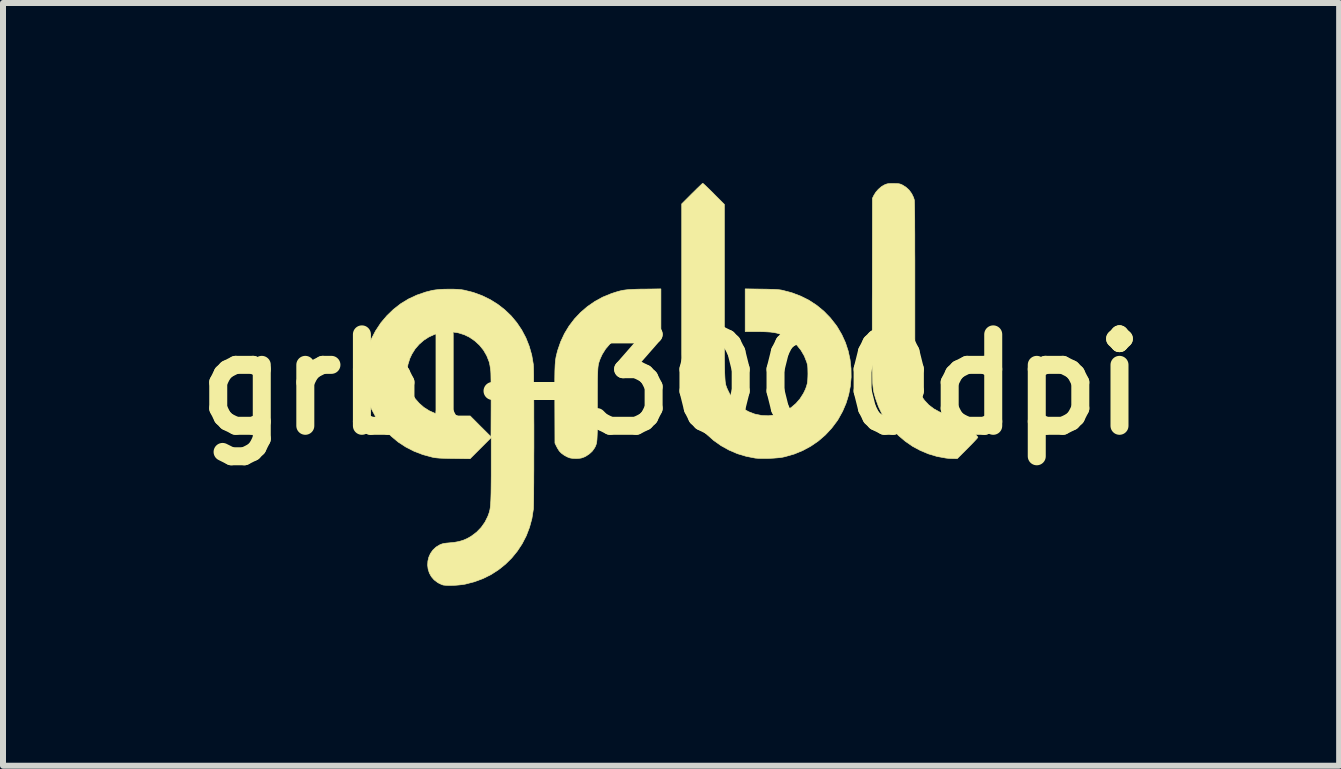
<source format=kicad_pcb>
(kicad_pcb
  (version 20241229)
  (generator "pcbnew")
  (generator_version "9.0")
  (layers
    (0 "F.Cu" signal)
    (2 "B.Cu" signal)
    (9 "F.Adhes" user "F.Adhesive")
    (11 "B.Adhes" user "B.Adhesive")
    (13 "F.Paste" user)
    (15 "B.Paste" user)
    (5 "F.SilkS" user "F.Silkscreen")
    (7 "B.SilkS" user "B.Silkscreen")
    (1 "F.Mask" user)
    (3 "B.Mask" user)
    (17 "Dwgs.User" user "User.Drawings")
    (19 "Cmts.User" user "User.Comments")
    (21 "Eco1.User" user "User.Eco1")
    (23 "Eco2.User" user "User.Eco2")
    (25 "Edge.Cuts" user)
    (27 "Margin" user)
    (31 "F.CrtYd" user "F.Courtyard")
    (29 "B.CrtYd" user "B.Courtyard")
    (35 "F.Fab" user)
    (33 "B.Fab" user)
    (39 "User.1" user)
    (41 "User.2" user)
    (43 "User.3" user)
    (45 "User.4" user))
  (footprint "grbl-3000dpi"
    (layer "F.Cu")
    (at 8.135 3.358)
    (property "Reference" "grbl-3000dpi" (at 0 0 0) (layer "F.SilkS") (effects (font (size 1.524 1.524) (thickness 0.3))))
    (attr through_hole)
    (fp_poly (pts (xy -0.169 -0.881) (xy -0.363 -0.881) (xy -0.448 -0.88) (xy -0.518 -0.878) (xy -0.576 -0.875) (xy -0.625 -0.87) (xy -0.669 -0.863) (xy -0.708 -0.854) (xy -0.746 -0.842) (xy -0.847 -0.799) (xy -0.939 -0.742) (xy -1.021 -0.673) (xy -1.09 -0.593) (xy -1.147 -0.502) (xy -1.178 -0.435) (xy -1.187 -0.412) (xy -1.195 -0.39) (xy -1.202 -0.368) (xy -1.208 -0.346) (xy -1.213 -0.321) (xy -1.217 -0.292) (xy -1.22 -0.258) (xy -1.222 -0.218) (xy -1.224 -0.17) (xy -1.226 -0.113) (xy -1.227 -0.046) (xy -1.227 0.034) (xy -1.228 0.126) (xy -1.228 0.233) (xy -1.228 0.338) (xy -1.228 0.456) (xy -1.228 0.559) (xy -1.228 0.648) (xy -1.229 0.723) (xy -1.229 0.787) (xy -1.231 0.84) (xy -1.233 0.885) (xy -1.235 0.921) (xy -1.238 0.95) (xy -1.242 0.974) (xy -1.247 0.995) (xy -1.253 1.012) (xy -1.259 1.028) (xy -1.267 1.044) (xy -1.276 1.06) (xy -1.311 1.11) (xy -1.359 1.155) (xy -1.415 1.193) (xy -1.437 1.205) (xy -1.47 1.218) (xy -1.498 1.227) (xy -1.529 1.231) (xy -1.571 1.234) (xy -1.615 1.233) (xy -1.656 1.23) (xy -1.686 1.225) (xy -1.732 1.207) (xy -1.781 1.18) (xy -1.825 1.148) (xy -1.852 1.122) (xy -1.872 1.096) (xy -1.893 1.062) (xy -1.908 1.033) (xy -1.935 0.978) (xy -1.937 0.334) (xy -1.937 0.207) (xy -1.938 0.095) (xy -1.938 -0.002) (xy -1.938 -0.087) (xy -1.937 -0.16) (xy -1.936 -0.223) (xy -1.934 -0.277) (xy -1.932 -0.323) (xy -1.929 -0.364) (xy -1.926 -0.399) (xy -1.921 -0.431) (xy -1.916 -0.461) (xy -1.909 -0.49) (xy -1.902 -0.519) (xy -1.894 -0.55) (xy -1.888 -0.572) (xy -1.839 -0.713) (xy -1.776 -0.848) (xy -1.699 -0.975) (xy -1.609 -1.093) (xy -1.507 -1.201) (xy -1.394 -1.298) (xy -1.271 -1.383) (xy -1.14 -1.455) (xy -1.001 -1.512) (xy -0.981 -1.519) (xy -0.929 -1.536) (xy -0.883 -1.55) (xy -0.84 -1.561) (xy -0.797 -1.57) (xy -0.753 -1.576) (xy -0.703 -1.581) (xy -0.646 -1.584) (xy -0.579 -1.587) (xy -0.5 -1.589) (xy -0.447 -1.589) (xy -0.169 -1.593) (xy -0.169 -0.881)) (stroke (width 0.01) (type solid)) (fill yes) (layer "F.SilkS"))
    (fp_poly (pts (xy 3.749 -3.348) (xy 3.781 -3.347) (xy 3.805 -3.344) (xy 3.826 -3.338) (xy 3.847 -3.329) (xy 3.854 -3.326) (xy 3.914 -3.289) (xy 3.968 -3.24) (xy 4.011 -3.181) (xy 4.042 -3.117) (xy 4.055 -3.075) (xy 4.056 -3.063) (xy 4.057 -3.039) (xy 4.058 -3.002) (xy 4.059 -2.953) (xy 4.06 -2.891) (xy 4.061 -2.816) (xy 4.062 -2.727) (xy 4.062 -2.624) (xy 4.063 -2.507) (xy 4.063 -2.374) (xy 4.063 -2.227) (xy 4.064 -2.064) (xy 4.064 -1.885) (xy 4.064 -1.689) (xy 4.064 -1.571) (xy 4.064 -1.383) (xy 4.064 -1.21) (xy 4.064 -1.053) (xy 4.064 -0.911) (xy 4.064 -0.783) (xy 4.064 -0.667) (xy 4.065 -0.564) (xy 4.065 -0.472) (xy 4.066 -0.391) (xy 4.067 -0.32) (xy 4.068 -0.258) (xy 4.069 -0.204) (xy 4.071 -0.158) (xy 4.073 -0.119) (xy 4.075 -0.086) (xy 4.077 -0.057) (xy 4.08 -0.034) (xy 4.083 -0.014) (xy 4.087 0.004) (xy 4.091 0.019) (xy 4.095 0.033) (xy 4.1 0.046) (xy 4.106 0.06) (xy 4.112 0.074) (xy 4.114 0.08) (xy 4.162 0.177) (xy 4.223 0.264) (xy 4.295 0.341) (xy 4.378 0.405) (xy 4.47 0.456) (xy 4.571 0.494) (xy 4.677 0.516) (xy 4.69 0.518) (xy 4.771 0.527) (xy 4.942 0.697) (xy 4.987 0.742) (xy 5.027 0.783) (xy 5.061 0.818) (xy 5.088 0.848) (xy 5.106 0.869) (xy 5.114 0.88) (xy 5.114 0.881) (xy 5.108 0.89) (xy 5.092 0.909) (xy 5.066 0.937) (xy 5.033 0.972) (xy 4.994 1.012) (xy 4.951 1.056) (xy 4.942 1.065) (xy 4.771 1.236) (xy 4.703 1.235) (xy 4.661 1.234) (xy 4.617 1.231) (xy 4.58 1.227) (xy 4.433 1.2) (xy 4.29 1.157) (xy 4.154 1.1) (xy 4.024 1.03) (xy 3.903 0.946) (xy 3.791 0.851) (xy 3.69 0.745) (xy 3.6 0.629) (xy 3.522 0.504) (xy 3.458 0.37) (xy 3.408 0.23) (xy 3.404 0.216) (xy 3.398 0.194) (xy 3.392 0.174) (xy 3.387 0.155) (xy 3.382 0.136) (xy 3.378 0.117) (xy 3.374 0.097) (xy 3.371 0.075) (xy 3.368 0.049) (xy 3.365 0.02) (xy 3.362 -0.013) (xy 3.36 -0.051) (xy 3.359 -0.095) (xy 3.357 -0.146) (xy 3.356 -0.205) (xy 3.355 -0.272) (xy 3.355 -0.348) (xy 3.354 -0.433) (xy 3.354 -0.53) (xy 3.354 -0.638) (xy 3.354 -0.758) (xy 3.354 -0.891) (xy 3.354 -1.038) (xy 3.354 -1.199) (xy 3.354 -1.376) (xy 3.355 -1.569) (xy 3.355 -1.575) (xy 3.357 -3.103) (xy 3.382 -3.154) (xy 3.414 -3.205) (xy 3.457 -3.254) (xy 3.507 -3.297) (xy 3.552 -3.324) (xy 3.575 -3.334) (xy 3.595 -3.341) (xy 3.616 -3.346) (xy 3.643 -3.348) (xy 3.68 -3.349) (xy 3.704 -3.349) (xy 3.749 -3.348)) (stroke (width 0.01) (type solid)) (fill yes) (layer "F.SilkS"))
    (fp_poly (pts (xy 0.537 -3.347) (xy 0.555 -3.331) (xy 0.583 -3.305) (xy 0.617 -3.272) (xy 0.657 -3.233) (xy 0.701 -3.19) (xy 0.713 -3.177) (xy 0.889 -3.001) (xy 0.889 -1.556) (xy 0.889 -1.369) (xy 0.889 -1.198) (xy 0.889 -1.042) (xy 0.889 -0.9) (xy 0.889 -0.773) (xy 0.889 -0.658) (xy 0.89 -0.556) (xy 0.89 -0.465) (xy 0.891 -0.385) (xy 0.892 -0.314) (xy 0.893 -0.253) (xy 0.894 -0.2) (xy 0.896 -0.154) (xy 0.898 -0.116) (xy 0.9 -0.083) (xy 0.902 -0.055) (xy 0.905 -0.032) (xy 0.909 -0.012) (xy 0.912 0.005) (xy 0.916 0.02) (xy 0.921 0.034) (xy 0.926 0.047) (xy 0.931 0.061) (xy 0.938 0.076) (xy 0.939 0.08) (xy 0.987 0.177) (xy 1.048 0.265) (xy 1.12 0.341) (xy 1.203 0.405) (xy 1.296 0.456) (xy 1.396 0.494) (xy 1.504 0.516) (xy 1.521 0.518) (xy 1.623 0.522) (xy 1.725 0.509) (xy 1.823 0.481) (xy 1.916 0.44) (xy 2.002 0.385) (xy 2.081 0.318) (xy 2.149 0.24) (xy 2.206 0.151) (xy 2.214 0.135) (xy 2.24 0.081) (xy 2.258 0.032) (xy 2.271 -0.016) (xy 2.278 -0.069) (xy 2.281 -0.131) (xy 2.282 -0.178) (xy 2.281 -0.231) (xy 2.28 -0.271) (xy 2.278 -0.303) (xy 2.273 -0.33) (xy 2.267 -0.355) (xy 2.262 -0.372) (xy 2.221 -0.476) (xy 2.166 -0.57) (xy 2.099 -0.654) (xy 2.021 -0.727) (xy 1.931 -0.787) (xy 1.844 -0.829) (xy 1.801 -0.845) (xy 1.758 -0.857) (xy 1.711 -0.866) (xy 1.658 -0.873) (xy 1.596 -0.877) (xy 1.523 -0.88) (xy 1.436 -0.881) (xy 1.236 -0.881) (xy 1.236 -1.593) (xy 1.509 -1.589) (xy 1.589 -1.588) (xy 1.654 -1.586) (xy 1.706 -1.585) (xy 1.749 -1.583) (xy 1.784 -1.58) (xy 1.813 -1.577) (xy 1.84 -1.573) (xy 1.863 -1.568) (xy 2.017 -1.527) (xy 2.164 -1.471) (xy 2.301 -1.402) (xy 2.429 -1.318) (xy 2.547 -1.221) (xy 2.654 -1.111) (xy 2.75 -0.989) (xy 2.771 -0.959) (xy 2.846 -0.831) (xy 2.907 -0.697) (xy 2.953 -0.557) (xy 2.984 -0.413) (xy 3 -0.267) (xy 3.002 -0.12) (xy 2.989 0.026) (xy 2.961 0.171) (xy 2.918 0.311) (xy 2.86 0.447) (xy 2.788 0.577) (xy 2.771 0.604) (xy 2.677 0.729) (xy 2.572 0.842) (xy 2.456 0.942) (xy 2.331 1.028) (xy 2.196 1.101) (xy 2.053 1.16) (xy 1.902 1.203) (xy 1.863 1.212) (xy 1.82 1.219) (xy 1.766 1.224) (xy 1.702 1.229) (xy 1.635 1.232) (xy 1.567 1.233) (xy 1.504 1.233) (xy 1.449 1.231) (xy 1.406 1.228) (xy 1.405 1.228) (xy 1.253 1.198) (xy 1.106 1.154) (xy 0.966 1.094) (xy 0.833 1.02) (xy 0.71 0.933) (xy 0.596 0.832) (xy 0.493 0.719) (xy 0.457 0.673) (xy 0.373 0.55) (xy 0.305 0.422) (xy 0.252 0.289) (xy 0.212 0.147) (xy 0.194 0.061) (xy 0.192 0.048) (xy 0.19 0.035) (xy 0.189 0.022) (xy 0.187 0.006) (xy 0.186 -0.012) (xy 0.184 -0.034) (xy 0.183 -0.06) (xy 0.182 -0.091) (xy 0.182 -0.127) (xy 0.181 -0.17) (xy 0.18 -0.221) (xy 0.18 -0.28) (xy 0.179 -0.347) (xy 0.179 -0.425) (xy 0.178 -0.512) (xy 0.178 -0.612) (xy 0.178 -0.723) (xy 0.178 -0.847) (xy 0.178 -0.984) (xy 0.178 -1.136) (xy 0.178 -1.304) (xy 0.178 -1.487) (xy 0.178 -3.01) (xy 0.349 -3.181) (xy 0.394 -3.225) (xy 0.434 -3.265) (xy 0.47 -3.299) (xy 0.498 -3.326) (xy 0.518 -3.345) (xy 0.529 -3.353) (xy 0.529 -3.353) (xy 0.537 -3.347)) (stroke (width 0.01) (type solid)) (fill yes) (layer "F.SilkS"))
    (fp_poly (pts (xy -3.63 -1.588) (xy -3.558 -1.585) (xy -3.493 -1.579) (xy -3.45 -1.572) (xy -3.297 -1.534) (xy -3.152 -1.481) (xy -3.016 -1.415) (xy -2.889 -1.336) (xy -2.772 -1.245) (xy -2.665 -1.143) (xy -2.571 -1.03) (xy -2.489 -0.908) (xy -2.419 -0.776) (xy -2.364 -0.637) (xy -2.322 -0.49) (xy -2.296 -0.337) (xy -2.295 -0.32) (xy -2.293 -0.3) (xy -2.292 -0.265) (xy -2.291 -0.215) (xy -2.29 -0.151) (xy -2.29 -0.076) (xy -2.289 0.01) (xy -2.288 0.105) (xy -2.288 0.209) (xy -2.287 0.319) (xy -2.287 0.436) (xy -2.287 0.556) (xy -2.286 0.68) (xy -2.286 0.806) (xy -2.286 0.933) (xy -2.286 1.059) (xy -2.287 1.183) (xy -2.287 1.305) (xy -2.287 1.422) (xy -2.288 1.534) (xy -2.288 1.639) (xy -2.289 1.735) (xy -2.289 1.823) (xy -2.29 1.9) (xy -2.291 1.966) (xy -2.292 2.018) (xy -2.293 2.056) (xy -2.294 2.079) (xy -2.295 2.081) (xy -2.319 2.235) (xy -2.359 2.382) (xy -2.413 2.523) (xy -2.481 2.655) (xy -2.562 2.778) (xy -2.655 2.892) (xy -2.76 2.996) (xy -2.875 3.088) (xy -3 3.169) (xy -3.135 3.236) (xy -3.278 3.289) (xy -3.429 3.328) (xy -3.429 3.328) (xy -3.476 3.336) (xy -3.531 3.342) (xy -3.589 3.347) (xy -3.648 3.349) (xy -3.704 3.35) (xy -3.752 3.348) (xy -3.789 3.345) (xy -3.803 3.342) (xy -3.832 3.331) (xy -3.866 3.315) (xy -3.891 3.301) (xy -3.949 3.257) (xy -3.995 3.204) (xy -4.028 3.144) (xy -4.049 3.079) (xy -4.057 3.012) (xy -4.053 2.944) (xy -4.037 2.878) (xy -4.009 2.816) (xy -3.969 2.76) (xy -3.917 2.711) (xy -3.86 2.676) (xy -3.833 2.664) (xy -3.809 2.656) (xy -3.782 2.65) (xy -3.747 2.645) (xy -3.702 2.641) (xy -3.611 2.632) (xy -3.534 2.618) (xy -3.464 2.597) (xy -3.399 2.569) (xy -3.335 2.533) (xy -3.325 2.526) (xy -3.238 2.46) (xy -3.163 2.382) (xy -3.101 2.294) (xy -3.053 2.197) (xy -3.032 2.139) (xy -3.025 2.115) (xy -3.019 2.088) (xy -3.014 2.058) (xy -3.01 2.023) (xy -3.007 1.981) (xy -3.004 1.932) (xy -3.002 1.874) (xy -3 1.806) (xy -2.999 1.726) (xy -2.998 1.634) (xy -2.997 1.527) (xy -2.997 1.404) (xy -2.997 1.393) (xy -2.997 0.885) (xy -3.35 1.238) (xy -3.625 1.234) (xy -3.703 1.233) (xy -3.767 1.231) (xy -3.818 1.23) (xy -3.86 1.228) (xy -3.894 1.225) (xy -3.923 1.222) (xy -3.949 1.218) (xy -3.975 1.213) (xy -3.984 1.211) (xy -4.138 1.169) (xy -4.284 1.113) (xy -4.421 1.043) (xy -4.548 0.96) (xy -4.665 0.862) (xy -4.771 0.752) (xy -4.835 0.673) (xy -4.92 0.546) (xy -4.99 0.415) (xy -5.044 0.28) (xy -5.082 0.138) (xy -5.105 -0.01) (xy -5.112 -0.13) (xy -4.401 -0.13) (xy -4.387 -0.031) (xy -4.359 0.065) (xy -4.317 0.156) (xy -4.263 0.24) (xy -4.196 0.316) (xy -4.119 0.383) (xy -4.03 0.439) (xy -3.932 0.483) (xy -3.921 0.486) (xy -3.883 0.498) (xy -3.843 0.508) (xy -3.799 0.515) (xy -3.75 0.52) (xy -3.691 0.523) (xy -3.62 0.524) (xy -3.54 0.525) (xy -3.348 0.525) (xy -3.175 0.699) (xy -3.001 0.872) (xy -2.999 0.375) (xy -2.999 0.268) (xy -2.999 0.167) (xy -2.999 0.075) (xy -3 -0.009) (xy -3.001 -0.081) (xy -3.002 -0.142) (xy -3.003 -0.188) (xy -3.005 -0.219) (xy -3.005 -0.221) (xy -3.011 -0.268) (xy -3.018 -0.315) (xy -3.026 -0.356) (xy -3.032 -0.378) (xy -3.072 -0.479) (xy -3.126 -0.572) (xy -3.193 -0.655) (xy -3.272 -0.727) (xy -3.361 -0.788) (xy -3.449 -0.83) (xy -3.549 -0.861) (xy -3.65 -0.876) (xy -3.751 -0.876) (xy -3.85 -0.862) (xy -3.946 -0.833) (xy -4.037 -0.791) (xy -4.121 -0.737) (xy -4.198 -0.67) (xy -4.265 -0.593) (xy -4.32 -0.505) (xy -4.353 -0.435) (xy -4.385 -0.334) (xy -4.401 -0.232) (xy -4.401 -0.13) (xy -5.112 -0.13) (xy -5.114 -0.166) (xy -5.114 -0.178) (xy -5.107 -0.334) (xy -5.084 -0.483) (xy -5.047 -0.625) (xy -4.994 -0.761) (xy -4.926 -0.892) (xy -4.841 -1.02) (xy -4.835 -1.029) (xy -4.735 -1.147) (xy -4.625 -1.253) (xy -4.505 -1.346) (xy -4.375 -1.425) (xy -4.235 -1.49) (xy -4.086 -1.541) (xy -3.979 -1.568) (xy -3.926 -1.576) (xy -3.86 -1.583) (xy -3.786 -1.587) (xy -3.708 -1.588) (xy -3.63 -1.588)) (stroke (width 0.01) (type solid)) (fill yes) (layer "F.SilkS")))
  (gr_rect
    (start -3 -3)
    (end 19.271 9.713)
    (stroke (width 0.1) (type default))
    (fill no)
    (layer "Edge.Cuts")))
</source>
